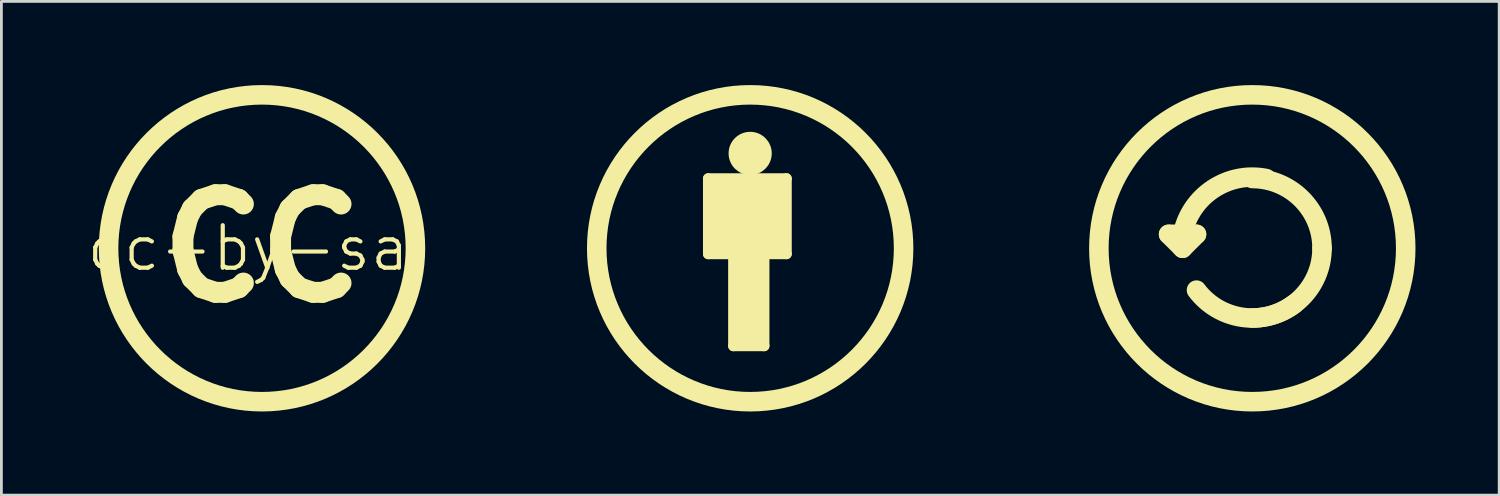
<source format=kicad_pcb>
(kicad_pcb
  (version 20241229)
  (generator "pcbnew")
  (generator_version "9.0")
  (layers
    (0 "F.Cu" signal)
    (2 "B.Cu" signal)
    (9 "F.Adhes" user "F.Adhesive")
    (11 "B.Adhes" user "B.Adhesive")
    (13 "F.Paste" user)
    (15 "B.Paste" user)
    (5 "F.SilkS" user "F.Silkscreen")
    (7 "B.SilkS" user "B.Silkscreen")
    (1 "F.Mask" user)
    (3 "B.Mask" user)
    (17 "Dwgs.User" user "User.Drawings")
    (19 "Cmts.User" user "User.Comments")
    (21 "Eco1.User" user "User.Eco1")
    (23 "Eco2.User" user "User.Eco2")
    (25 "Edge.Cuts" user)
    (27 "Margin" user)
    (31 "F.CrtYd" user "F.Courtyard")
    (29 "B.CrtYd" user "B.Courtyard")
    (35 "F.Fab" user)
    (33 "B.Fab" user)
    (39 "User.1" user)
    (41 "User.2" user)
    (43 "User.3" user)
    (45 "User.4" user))
  (footprint "cc-by-sa"
    (layer "F.Cu")
    (at 23.842 5.85)
    (property "Reference" "cc-by-sa" (at -18 0 0) (layer "F.SilkS") (effects (font (size 1.524 1.524) (thickness 0.15))))
    (attr through_hole)
    (fp_line (start -1.501 -2.499) (end 1.3 -2.499) (stroke (width 0.381) (type solid)) (layer "F.SilkS"))
    (fp_line (start -1.501 0.201) (end -1.501 -2.499) (stroke (width 0.381) (type solid)) (layer "F.SilkS"))
    (fp_line (start -1.4 -2.2) (end 1.1 -2.2) (stroke (width 0.381) (type solid)) (layer "F.SilkS"))
    (fp_line (start -1.4 -1.9) (end -1.4 -1.501) (stroke (width 0.381) (type solid)) (layer "F.SilkS"))
    (fp_line (start -1.4 -1.6) (end 1.199 -1.6) (stroke (width 0.381) (type solid)) (layer "F.SilkS"))
    (fp_line (start -1.4 -1.501) (end -1.4 -1.6) (stroke (width 0.381) (type solid)) (layer "F.SilkS"))
    (fp_line (start -1.4 -0.8) (end -1.4 -0.5) (stroke (width 0.381) (type solid)) (layer "F.SilkS"))
    (fp_line (start -1.4 -0.5) (end 1.1 -0.5) (stroke (width 0.381) (type solid)) (layer "F.SilkS"))
    (fp_line (start -1.4 -0.3) (end -1.4 -0.099) (stroke (width 0.381) (type solid)) (layer "F.SilkS"))
    (fp_line (start -1.4 -0.099) (end 1.1 -0.099) (stroke (width 0.381) (type solid)) (layer "F.SilkS"))
    (fp_line (start -1.3 -1.3) (end -1.3 -1.1) (stroke (width 0.381) (type solid)) (layer "F.SilkS"))
    (fp_line (start -1.3 -1.1) (end 1.1 -1.1) (stroke (width 0.381) (type solid)) (layer "F.SilkS"))
    (fp_line (start -0.599 0.3) (end -0.599 3.5) (stroke (width 0.381) (type solid)) (layer "F.SilkS"))
    (fp_line (start -0.599 3.5) (end 0.5 3.5) (stroke (width 0.381) (type solid)) (layer "F.SilkS"))
    (fp_line (start -0.399 0.3) (end -0.399 3.299) (stroke (width 0.381) (type solid)) (layer "F.SilkS"))
    (fp_line (start -0.399 3.299) (end -0.201 3.299) (stroke (width 0.381) (type solid)) (layer "F.SilkS"))
    (fp_line (start -0.3 -3.8) (end -0.3 -3.099) (stroke (width 0.381) (type solid)) (layer "F.SilkS"))
    (fp_line (start -0.201 0.3) (end 0.099 0.3) (stroke (width 0.381) (type solid)) (layer "F.SilkS"))
    (fp_line (start -0.201 3.299) (end -0.201 0.3) (stroke (width 0.381) (type solid)) (layer "F.SilkS"))
    (fp_line (start 0 -3.8) (end 0 -3) (stroke (width 0.381) (type solid)) (layer "F.SilkS"))
    (fp_line (start 0.099 0.3) (end 0.099 3.401) (stroke (width 0.381) (type solid)) (layer "F.SilkS"))
    (fp_line (start 0.099 3.401) (end 0.3 3.401) (stroke (width 0.381) (type solid)) (layer "F.SilkS"))
    (fp_line (start 0.3 -3.8) (end 0.3 -3) (stroke (width 0.381) (type solid)) (layer "F.SilkS"))
    (fp_line (start 0.3 3.401) (end 0.3 0.3) (stroke (width 0.381) (type solid)) (layer "F.SilkS"))
    (fp_line (start 0.5 3.5) (end 0.5 0.3) (stroke (width 0.381) (type solid)) (layer "F.SilkS"))
    (fp_line (start 1.1 -1.1) (end 1.1 -0.8) (stroke (width 0.381) (type solid)) (layer "F.SilkS"))
    (fp_line (start 1.1 -0.8) (end -1.4 -0.8) (stroke (width 0.381) (type solid)) (layer "F.SilkS"))
    (fp_line (start 1.1 -0.5) (end 1.1 -0.3) (stroke (width 0.381) (type solid)) (layer "F.SilkS"))
    (fp_line (start 1.1 -0.3) (end -1.4 -0.3) (stroke (width 0.381) (type solid)) (layer "F.SilkS"))
    (fp_line (start 1.199 -1.9) (end -1.4 -1.9) (stroke (width 0.381) (type solid)) (layer "F.SilkS"))
    (fp_line (start 1.199 -1.6) (end 1.199 -1.3) (stroke (width 0.381) (type solid)) (layer "F.SilkS"))
    (fp_line (start 1.199 -1.3) (end -1.3 -1.3) (stroke (width 0.381) (type solid)) (layer "F.SilkS"))
    (fp_line (start 1.3 -2.499) (end 1.3 0.201) (stroke (width 0.381) (type solid)) (layer "F.SilkS"))
    (fp_line (start 1.3 0.201) (end -1.501 0.201) (stroke (width 0.381) (type solid)) (layer "F.SilkS"))
    (fp_line (start 15 -0.5) (end 15.5 0) (stroke (width 0.7) (type solid)) (layer "F.SilkS"))
    (fp_line (start 15.5 0) (end 16 -0.5) (stroke (width 0.7) (type solid)) (layer "F.SilkS"))
    (fp_line (start 16 -0.5) (end 15 -0.5) (stroke (width 0.7) (type solid)) (layer "F.SilkS"))
    (fp_arc (start 15.5 -0.5) (mid 16.585786 -2.12132) (end 18.5 -2.5) (stroke (width 0.7) (type solid)) (layer "F.SilkS"))
    (fp_arc (start 18 -2.5) (mid 19.767767 -1.767767) (end 20.5 0) (stroke (width 0.7) (type solid)) (layer "F.SilkS"))
    (fp_arc (start 19.5 2) (mid 17.646447 2.474874) (end 16 1.5) (stroke (width 0.7) (type solid)) (layer "F.SilkS"))
    (fp_arc (start 20.5 0) (mid 19.767767 1.767767) (end 18 2.5) (stroke (width 0.7) (type solid)) (layer "F.SilkS"))
    (fp_circle (center -17.5 0) (end -23 0) (stroke (width 0.7) (type solid)) (fill no) (layer "F.SilkS"))
    (fp_circle (center 0 -3.401) (end 0.3 -2.901) (stroke (width 0.381) (type solid)) (fill no) (layer "F.SilkS"))
    (fp_circle (center 0 0) (end -5.5 0) (stroke (width 0.7) (type solid)) (fill no) (layer "F.SilkS"))
    (fp_circle (center 18 0) (end 12.5 0) (stroke (width 0.7) (type solid)) (fill no) (layer "F.SilkS"))
    (fp_text user "CC" (at -17.5 0 0) (layer "F.SilkS") (effects (font (size 3.5 3.5) (thickness 0.75)))))
  (gr_rect
    (start -3 -3)
    (end 50.692 14.7)
    (stroke (width 0.1) (type default))
    (fill no)
    (layer "Edge.Cuts")))
</source>
